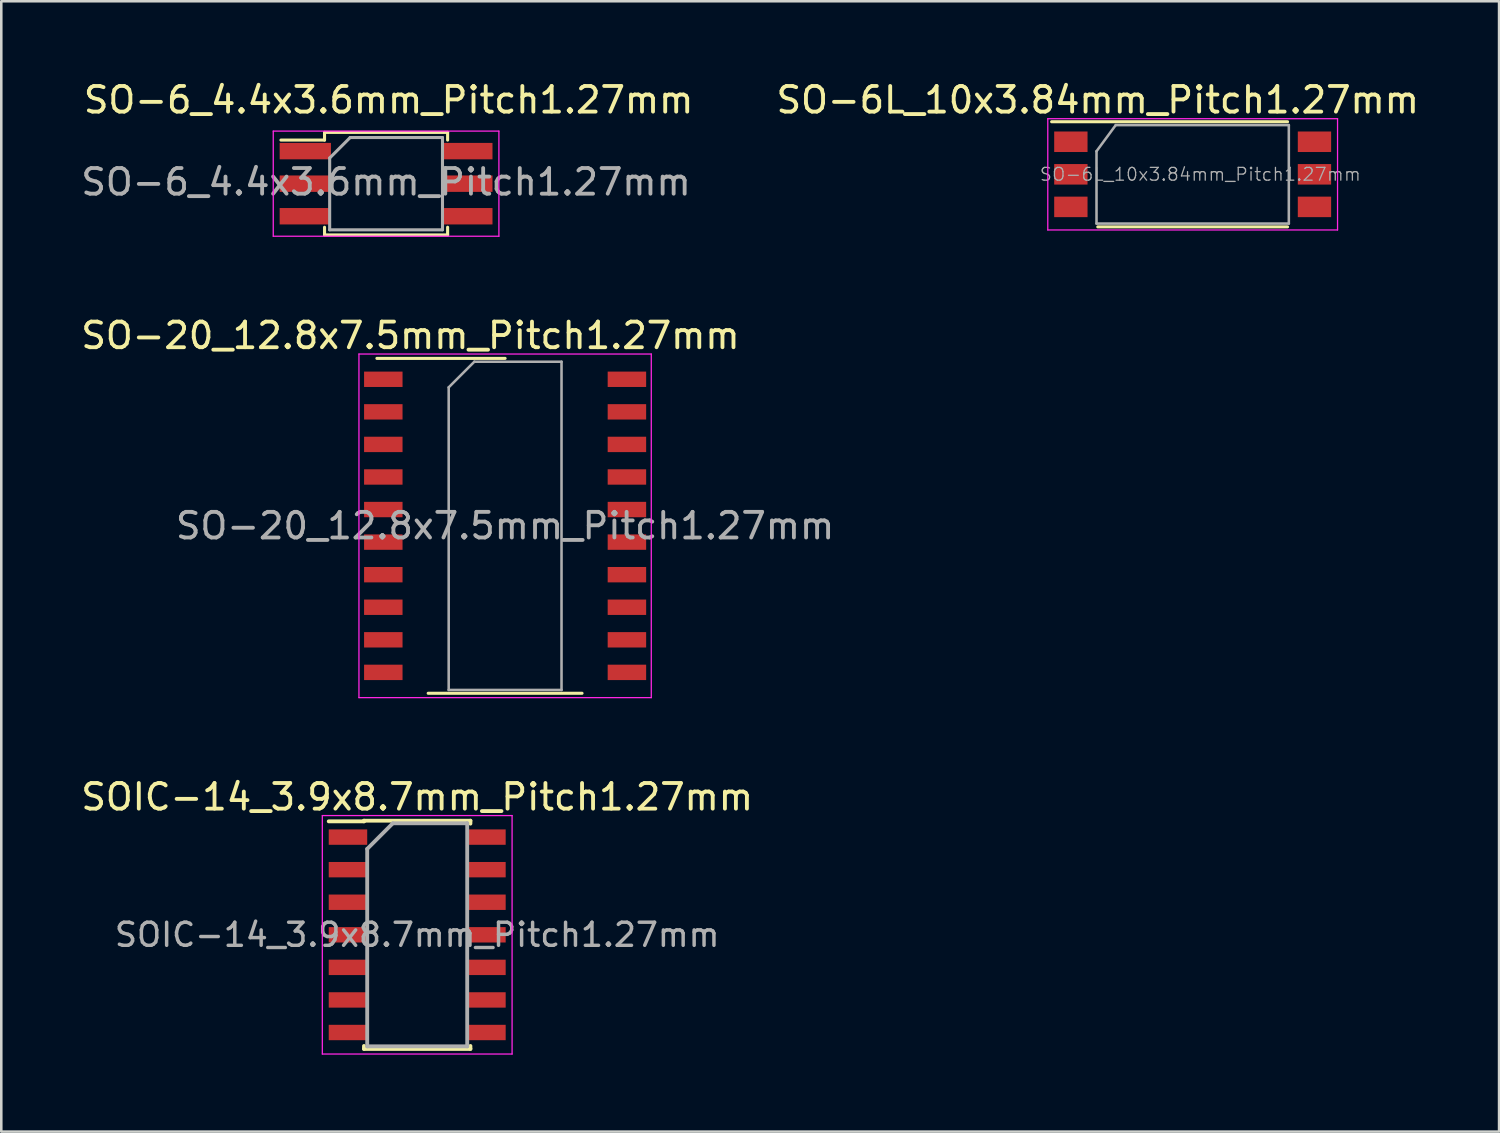
<source format=kicad_pcb>
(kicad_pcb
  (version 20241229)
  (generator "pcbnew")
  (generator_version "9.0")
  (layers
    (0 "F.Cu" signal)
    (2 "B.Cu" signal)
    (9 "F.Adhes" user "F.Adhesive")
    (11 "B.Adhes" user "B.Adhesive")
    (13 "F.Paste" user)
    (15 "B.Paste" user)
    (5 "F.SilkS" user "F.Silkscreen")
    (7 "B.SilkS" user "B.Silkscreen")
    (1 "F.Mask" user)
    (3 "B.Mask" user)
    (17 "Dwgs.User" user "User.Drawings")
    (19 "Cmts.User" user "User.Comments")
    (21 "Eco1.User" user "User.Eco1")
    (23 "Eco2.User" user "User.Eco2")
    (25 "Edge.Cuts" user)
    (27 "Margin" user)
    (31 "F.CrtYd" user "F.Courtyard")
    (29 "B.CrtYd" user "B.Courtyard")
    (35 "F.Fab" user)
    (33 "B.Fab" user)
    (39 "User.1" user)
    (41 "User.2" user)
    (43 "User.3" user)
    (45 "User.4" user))
  (footprint "SO-6_4.4x3.6mm_Pitch1.27mm"
    (layer "F.Cu")
    (at 12.006 4.113)
    (property "Reference" "SO-6_4.4x3.6mm_Pitch1.27mm" (at 0.1 -3.265 0) (layer "F.SilkS") (effects (font (size 1 1) (thickness 0.15))))
    (attr smd)
    (fp_line (start -2.4 -2) (end 2.4 -2) (stroke (width 0.12) (type solid)) (layer "F.SilkS"))
    (fp_line (start -2.4 -1.7) (end -4.1 -1.7) (stroke (width 0.12) (type solid)) (layer "F.SilkS"))
    (fp_line (start -2.4 -1.7) (end -2.4 -2) (stroke (width 0.12) (type solid)) (layer "F.SilkS"))
    (fp_line (start -2.4 2) (end -2.4 1.7) (stroke (width 0.12) (type solid)) (layer "F.SilkS"))
    (fp_line (start 2.4 -2) (end 2.4 -1.7) (stroke (width 0.12) (type solid)) (layer "F.SilkS"))
    (fp_line (start 2.4 1.7) (end 2.4 2) (stroke (width 0.12) (type solid)) (layer "F.SilkS"))
    (fp_line (start 2.4 2) (end -2.4 2) (stroke (width 0.12) (type solid)) (layer "F.SilkS"))
    (fp_line (start -4.4 -2.05) (end -4.4 2.05) (stroke (width 0.05) (type solid)) (layer "F.CrtYd"))
    (fp_line (start -4.4 -2.05) (end 4.4 -2.05) (stroke (width 0.05) (type solid)) (layer "F.CrtYd"))
    (fp_line (start 4.4 2.05) (end -4.4 2.05) (stroke (width 0.05) (type solid)) (layer "F.CrtYd"))
    (fp_line (start 4.4 2.05) (end 4.4 -2.05) (stroke (width 0.05) (type solid)) (layer "F.CrtYd"))
    (fp_line (start -2.2 -1) (end -1.4 -1.8) (stroke (width 0.12) (type solid)) (layer "F.Fab"))
    (fp_line (start -2.2 1.8) (end -2.2 -1) (stroke (width 0.12) (type solid)) (layer "F.Fab"))
    (fp_line (start -1.4 -1.8) (end 2.2 -1.8) (stroke (width 0.12) (type solid)) (layer "F.Fab"))
    (fp_line (start 2.2 -1.8) (end 2.2 1.8) (stroke (width 0.12) (type solid)) (layer "F.Fab"))
    (fp_line (start 2.2 1.8) (end -2.2 1.8) (stroke (width 0.12) (type solid)) (layer "F.Fab"))
    (fp_text user "${REFERENCE}" (at 0 -0.065 0) (layer "F.Fab") (effects (font (size 1 1) (thickness 0.15))))
    (pad "1" smd rect (at -3.15 -1.27) (size 2 0.64) (layers "F.Cu" "F.Mask" "F.Paste"))
    (pad "2" smd rect (at -3.15 0) (size 2 0.64) (layers "F.Cu" "F.Mask" "F.Paste"))
    (pad "3" smd rect (at -3.15 1.27) (size 2 0.64) (layers "F.Cu" "F.Mask" "F.Paste"))
    (pad "4" smd rect (at 3.15 1.27) (size 2 0.64) (layers "F.Cu" "F.Mask" "F.Paste"))
    (pad "5" smd rect (at 3.15 0) (size 2 0.64) (layers "F.Cu" "F.Mask" "F.Paste"))
    (pad "6" smd rect (at 3.15 -1.27) (size 2 0.64) (layers "F.Cu" "F.Mask" "F.Paste")))
  (footprint "SOIC-14_3.9x8.7mm_Pitch1.27mm"
    (layer "F.Cu")
    (at 13.22 33.405)
    (property "Reference" "SOIC-14_3.9x8.7mm_Pitch1.27mm" (at 0 -5.375 0) (layer "F.SilkS") (effects (font (size 1 1) (thickness 0.15))))
    (attr smd)
    (fp_line (start -2.075 -4.45) (end -2.075 -4.425) (stroke (width 0.15) (type solid)) (layer "F.SilkS"))
    (fp_line (start -2.075 -4.45) (end 2.075 -4.45) (stroke (width 0.15) (type solid)) (layer "F.SilkS"))
    (fp_line (start -2.075 -4.425) (end -3.45 -4.425) (stroke (width 0.15) (type solid)) (layer "F.SilkS"))
    (fp_line (start -2.075 4.45) (end -2.075 4.335) (stroke (width 0.15) (type solid)) (layer "F.SilkS"))
    (fp_line (start -2.075 4.45) (end 2.075 4.45) (stroke (width 0.15) (type solid)) (layer "F.SilkS"))
    (fp_line (start 2.075 -4.45) (end 2.075 -4.335) (stroke (width 0.15) (type solid)) (layer "F.SilkS"))
    (fp_line (start 2.075 4.45) (end 2.075 4.335) (stroke (width 0.15) (type solid)) (layer "F.SilkS"))
    (fp_line (start -3.7 -4.65) (end -3.7 4.65) (stroke (width 0.05) (type solid)) (layer "F.CrtYd"))
    (fp_line (start -3.7 -4.65) (end 3.7 -4.65) (stroke (width 0.05) (type solid)) (layer "F.CrtYd"))
    (fp_line (start -3.7 4.65) (end 3.7 4.65) (stroke (width 0.05) (type solid)) (layer "F.CrtYd"))
    (fp_line (start 3.7 -4.65) (end 3.7 4.65) (stroke (width 0.05) (type solid)) (layer "F.CrtYd"))
    (fp_line (start -1.95 -3.35) (end -0.95 -4.35) (stroke (width 0.15) (type solid)) (layer "F.Fab"))
    (fp_line (start -1.95 4.35) (end -1.95 -3.35) (stroke (width 0.15) (type solid)) (layer "F.Fab"))
    (fp_line (start -0.95 -4.35) (end 1.95 -4.35) (stroke (width 0.15) (type solid)) (layer "F.Fab"))
    (fp_line (start 1.95 -4.35) (end 1.95 4.35) (stroke (width 0.15) (type solid)) (layer "F.Fab"))
    (fp_line (start 1.95 4.35) (end -1.95 4.35) (stroke (width 0.15) (type solid)) (layer "F.Fab"))
    (fp_text user "${REFERENCE}" (at 0 0 0) (layer "F.Fab") (effects (font (size 0.9 0.9) (thickness 0.135))))
    (pad "1" smd rect (at -2.7 -3.81) (size 1.5 0.6) (layers "F.Cu" "F.Mask" "F.Paste"))
    (pad "2" smd rect (at -2.7 -2.54) (size 1.5 0.6) (layers "F.Cu" "F.Mask" "F.Paste"))
    (pad "3" smd rect (at -2.7 -1.27) (size 1.5 0.6) (layers "F.Cu" "F.Mask" "F.Paste"))
    (pad "4" smd rect (at -2.7 0) (size 1.5 0.6) (layers "F.Cu" "F.Mask" "F.Paste"))
    (pad "5" smd rect (at -2.7 1.27) (size 1.5 0.6) (layers "F.Cu" "F.Mask" "F.Paste"))
    (pad "6" smd rect (at -2.7 2.54) (size 1.5 0.6) (layers "F.Cu" "F.Mask" "F.Paste"))
    (pad "7" smd rect (at -2.7 3.81) (size 1.5 0.6) (layers "F.Cu" "F.Mask" "F.Paste"))
    (pad "8" smd rect (at 2.7 3.81) (size 1.5 0.6) (layers "F.Cu" "F.Mask" "F.Paste"))
    (pad "9" smd rect (at 2.7 2.54) (size 1.5 0.6) (layers "F.Cu" "F.Mask" "F.Paste"))
    (pad "10" smd rect (at 2.7 1.27) (size 1.5 0.6) (layers "F.Cu" "F.Mask" "F.Paste"))
    (pad "11" smd rect (at 2.7 0) (size 1.5 0.6) (layers "F.Cu" "F.Mask" "F.Paste"))
    (pad "12" smd rect (at 2.7 -1.27) (size 1.5 0.6) (layers "F.Cu" "F.Mask" "F.Paste"))
    (pad "13" smd rect (at 2.7 -2.54) (size 1.5 0.6) (layers "F.Cu" "F.Mask" "F.Paste"))
    (pad "14" smd rect (at 2.7 -3.81) (size 1.5 0.6) (layers "F.Cu" "F.Mask" "F.Paste")))
  (footprint "SO-6L_10x3.84mm_Pitch1.27mm"
    (layer "F.Cu")
    (at 43.461 3.748)
    (property "Reference" "SO-6L_10x3.84mm_Pitch1.27mm" (at -3.7 -2.9 0) (layer "F.SilkS") (effects (font (size 1 1) (thickness 0.15))))
    (attr smd)
    (fp_line (start -5.5 -2.05) (end 3.7 -2.05) (stroke (width 0.12) (type solid)) (layer "F.SilkS"))
    (fp_line (start -3.7 2.05) (end 3.7 2.05) (stroke (width 0.12) (type solid)) (layer "F.SilkS"))
    (fp_line (start -5.65 -2.17) (end -5.65 2.17) (stroke (width 0.05) (type solid)) (layer "F.CrtYd"))
    (fp_line (start -5.65 2.17) (end 5.65 2.17) (stroke (width 0.05) (type solid)) (layer "F.CrtYd"))
    (fp_line (start 5.65 -2.17) (end -5.65 -2.17) (stroke (width 0.05) (type solid)) (layer "F.CrtYd"))
    (fp_line (start 5.65 2.17) (end 5.65 -2.17) (stroke (width 0.05) (type solid)) (layer "F.CrtYd"))
    (fp_line (start -3.75 -0.9) (end -3 -1.92) (stroke (width 0.1) (type solid)) (layer "F.Fab"))
    (fp_line (start -3.75 1.92) (end -3.75 -0.9) (stroke (width 0.1) (type solid)) (layer "F.Fab"))
    (fp_line (start -3.75 1.92) (end 3.75 1.92) (stroke (width 0.1) (type solid)) (layer "F.Fab"))
    (fp_line (start -3 -1.92) (end 3.75 -1.92) (stroke (width 0.1) (type solid)) (layer "F.Fab"))
    (fp_line (start 3.75 1.92) (end 3.75 -1.92) (stroke (width 0.1) (type solid)) (layer "F.Fab"))
    (fp_text user "${REFERENCE}" (at 0.3 0 180) (layer "F.Fab") (effects (font (size 0.5 0.5) (thickness 0.05))))
    (pad "1" smd rect (at -4.75 -1.27 90) (size 0.8 1.3) (layers "F.Cu" "F.Mask" "F.Paste"))
    (pad "2" smd rect (at -4.75 0 90) (size 0.8 1.3) (layers "F.Cu" "F.Mask" "F.Paste"))
    (pad "3" smd rect (at -4.75 1.27 90) (size 0.8 1.3) (layers "F.Cu" "F.Mask" "F.Paste"))
    (pad "4" smd rect (at 4.75 1.27 90) (size 0.8 1.3) (layers "F.Cu" "F.Mask" "F.Paste"))
    (pad "5" smd rect (at 4.75 0 90) (size 0.8 1.3) (layers "F.Cu" "F.Mask" "F.Paste"))
    (pad "6" smd rect (at 4.75 -1.27 90) (size 0.8 1.3) (layers "F.Cu" "F.Mask" "F.Paste")))
  (footprint "SO-20_12.8x7.5mm_Pitch1.27mm"
    (layer "F.Cu")
    (at 16.648 17.456)
    (property "Reference" "SO-20_12.8x7.5mm_Pitch1.27mm" (at -3.69 -7.42 0) (layer "F.SilkS") (effects (font (size 1 1) (thickness 0.15))))
    (attr smd)
    (fp_line (start -5 -6.53) (end 0 -6.53) (stroke (width 0.12) (type solid)) (layer "F.SilkS"))
    (fp_line (start -3 6.53) (end 3 6.53) (stroke (width 0.12) (type solid)) (layer "F.SilkS"))
    (fp_line (start -5.7 -6.7) (end 5.7 -6.7) (stroke (width 0.05) (type solid)) (layer "F.CrtYd"))
    (fp_line (start -5.7 6.7) (end -5.7 -6.7) (stroke (width 0.05) (type solid)) (layer "F.CrtYd"))
    (fp_line (start 5.7 -6.7) (end 5.7 6.7) (stroke (width 0.05) (type solid)) (layer "F.CrtYd"))
    (fp_line (start 5.7 6.7) (end -5.7 6.7) (stroke (width 0.05) (type solid)) (layer "F.CrtYd"))
    (fp_line (start -2.2 -5.4) (end -1.2 -6.4) (stroke (width 0.1) (type solid)) (layer "F.Fab"))
    (fp_line (start -2.2 6.4) (end -2.2 -5.4) (stroke (width 0.1) (type solid)) (layer "F.Fab"))
    (fp_line (start -1.2 -6.4) (end 2.2 -6.4) (stroke (width 0.1) (type solid)) (layer "F.Fab"))
    (fp_line (start 2.2 -6.4) (end 2.2 6.4) (stroke (width 0.1) (type solid)) (layer "F.Fab"))
    (fp_line (start 2.2 6.4) (end -2.2 6.4) (stroke (width 0.1) (type solid)) (layer "F.Fab"))
    (fp_text user "${REFERENCE}" (at 0 0 0) (layer "F.Fab") (effects (font (size 1 1) (thickness 0.15))))
    (pad "1" smd rect (at -4.75 -5.715) (size 1.5 0.6) (layers "F.Cu" "F.Mask" "F.Paste"))
    (pad "2" smd rect (at -4.75 -4.445) (size 1.5 0.6) (layers "F.Cu" "F.Mask" "F.Paste"))
    (pad "3" smd rect (at -4.75 -3.175) (size 1.5 0.6) (layers "F.Cu" "F.Mask" "F.Paste"))
    (pad "4" smd rect (at -4.75 -1.905) (size 1.5 0.6) (layers "F.Cu" "F.Mask" "F.Paste"))
    (pad "5" smd rect (at -4.75 -0.635) (size 1.5 0.6) (layers "F.Cu" "F.Mask" "F.Paste"))
    (pad "6" smd rect (at -4.75 0.635) (size 1.5 0.6) (layers "F.Cu" "F.Mask" "F.Paste"))
    (pad "7" smd rect (at -4.75 1.905) (size 1.5 0.6) (layers "F.Cu" "F.Mask" "F.Paste"))
    (pad "8" smd rect (at -4.75 3.175) (size 1.5 0.6) (layers "F.Cu" "F.Mask" "F.Paste"))
    (pad "9" smd rect (at -4.75 4.445) (size 1.5 0.6) (layers "F.Cu" "F.Mask" "F.Paste"))
    (pad "10" smd rect (at -4.75 5.715) (size 1.5 0.6) (layers "F.Cu" "F.Mask" "F.Paste"))
    (pad "11" smd rect (at 4.75 5.715) (size 1.5 0.6) (layers "F.Cu" "F.Mask" "F.Paste"))
    (pad "12" smd rect (at 4.75 4.445) (size 1.5 0.6) (layers "F.Cu" "F.Mask" "F.Paste"))
    (pad "13" smd rect (at 4.75 3.175) (size 1.5 0.6) (layers "F.Cu" "F.Mask" "F.Paste"))
    (pad "14" smd rect (at 4.75 1.905) (size 1.5 0.6) (layers "F.Cu" "F.Mask" "F.Paste"))
    (pad "15" smd rect (at 4.75 0.635) (size 1.5 0.6) (layers "F.Cu" "F.Mask" "F.Paste"))
    (pad "16" smd rect (at 4.75 -0.635) (size 1.5 0.6) (layers "F.Cu" "F.Mask" "F.Paste"))
    (pad "17" smd rect (at 4.75 -1.905) (size 1.5 0.6) (layers "F.Cu" "F.Mask" "F.Paste"))
    (pad "18" smd rect (at 4.75 -3.175) (size 1.5 0.6) (layers "F.Cu" "F.Mask" "F.Paste"))
    (pad "19" smd rect (at 4.75 -4.445) (size 1.5 0.6) (layers "F.Cu" "F.Mask" "F.Paste"))
    (pad "20" smd rect (at 4.75 -5.715) (size 1.5 0.6) (layers "F.Cu" "F.Mask" "F.Paste")))
  (gr_rect
    (start -3 -3)
    (end 55.41 41.08)
    (stroke (width 0.1) (type default))
    (fill no)
    (layer "Edge.Cuts")))
</source>
